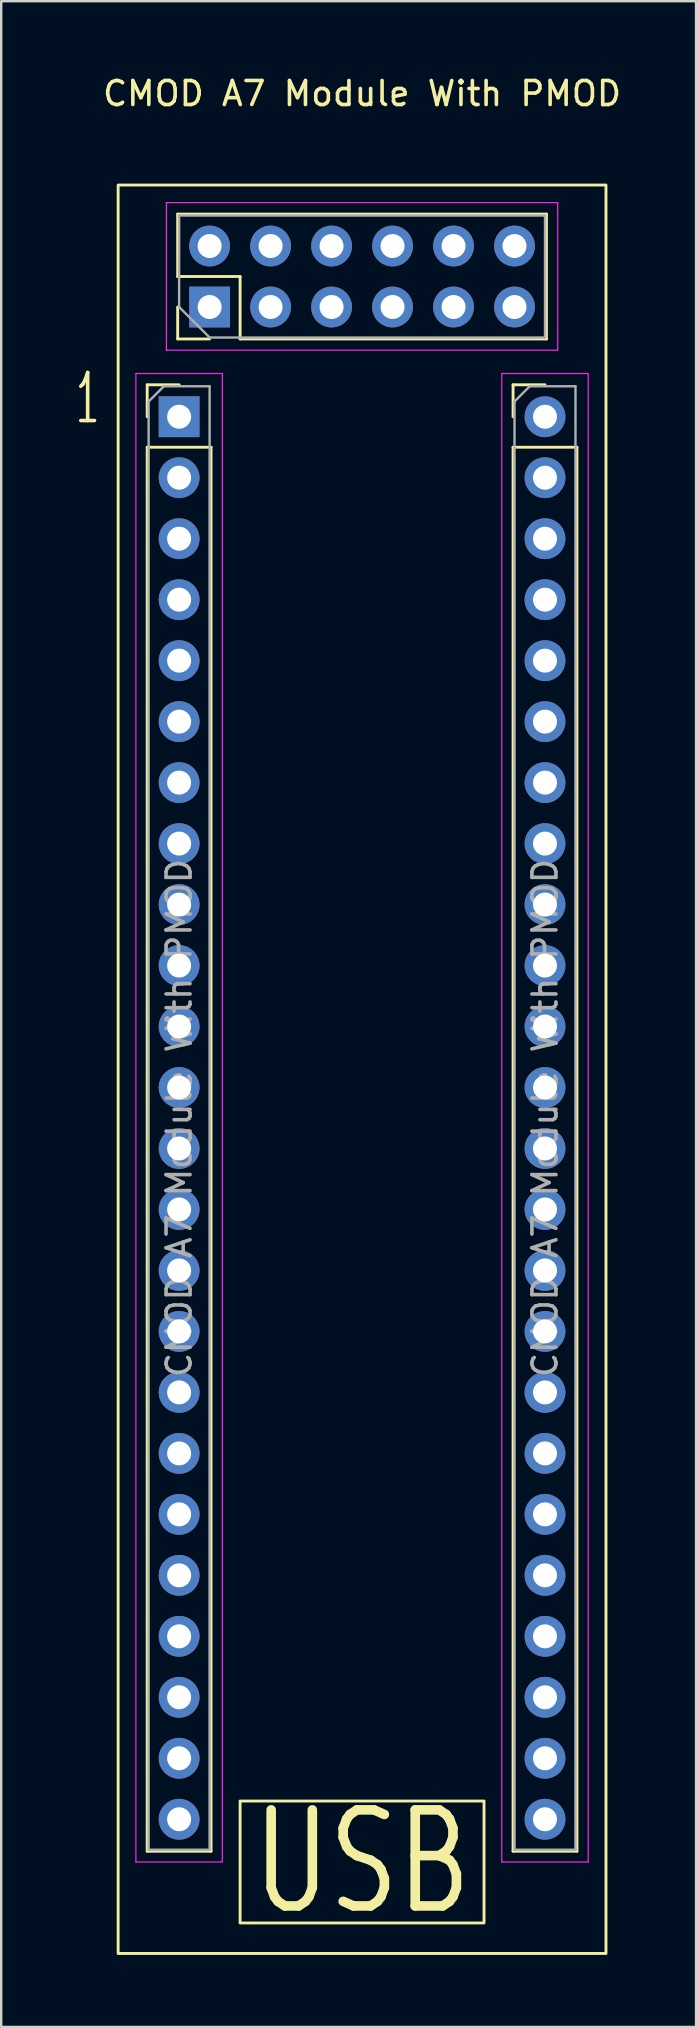
<source format=kicad_pcb>
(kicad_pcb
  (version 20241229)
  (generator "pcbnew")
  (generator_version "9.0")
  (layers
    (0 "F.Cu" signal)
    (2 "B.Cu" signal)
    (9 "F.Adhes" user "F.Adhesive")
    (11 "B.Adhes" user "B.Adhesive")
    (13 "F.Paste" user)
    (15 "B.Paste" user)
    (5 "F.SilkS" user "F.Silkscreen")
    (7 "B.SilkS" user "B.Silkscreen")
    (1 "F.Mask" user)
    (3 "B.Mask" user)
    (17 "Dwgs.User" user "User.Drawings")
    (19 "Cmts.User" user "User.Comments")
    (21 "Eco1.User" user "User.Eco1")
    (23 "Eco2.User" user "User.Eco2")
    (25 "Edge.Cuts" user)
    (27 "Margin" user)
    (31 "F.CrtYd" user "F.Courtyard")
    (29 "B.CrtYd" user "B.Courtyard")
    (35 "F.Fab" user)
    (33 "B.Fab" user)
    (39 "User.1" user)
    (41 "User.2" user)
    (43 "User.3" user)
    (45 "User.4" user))
  (footprint "CMOD A7 Module With PMOD"
    (layer "F.Cu")
    (at 4.411 13.548)
    (property "Reference" "CMOD A7 Module With PMOD" (at 7.62 -12.7 0) (unlocked yes) (layer "F.SilkS") (effects (font (size 1 1) (thickness 0.15))))
    (attr through_hole)
    (fp_line (start -1.33 -0.57) (end 0 -0.57) (stroke (width 0.12) (type solid)) (layer "F.SilkS"))
    (fp_line (start -1.33 0.76) (end -1.33 -0.57) (stroke (width 0.12) (type solid)) (layer "F.SilkS"))
    (fp_line (start -1.33 2.03) (end -1.33 60.51) (stroke (width 0.12) (type solid)) (layer "F.SilkS"))
    (fp_line (start -1.33 2.03) (end 1.33 2.03) (stroke (width 0.12) (type solid)) (layer "F.SilkS"))
    (fp_line (start -1.33 60.51) (end 1.33 60.51) (stroke (width 0.12) (type solid)) (layer "F.SilkS"))
    (fp_line (start -0.06 -7.68) (end 15.3 -7.68) (stroke (width 0.12) (type solid)) (layer "F.SilkS"))
    (fp_line (start -0.06 -5.08) (end -0.06 -7.68) (stroke (width 0.12) (type solid)) (layer "F.SilkS"))
    (fp_line (start -0.06 -2.48) (end -0.06 -3.81) (stroke (width 0.12) (type solid)) (layer "F.SilkS"))
    (fp_line (start 1.27 -2.48) (end -0.06 -2.48) (stroke (width 0.12) (type solid)) (layer "F.SilkS"))
    (fp_line (start 1.33 2.03) (end 1.33 60.51) (stroke (width 0.12) (type solid)) (layer "F.SilkS"))
    (fp_line (start 2.54 -5.08) (end -0.06 -5.08) (stroke (width 0.12) (type solid)) (layer "F.SilkS"))
    (fp_line (start 2.54 -2.48) (end 2.54 -5.08) (stroke (width 0.12) (type solid)) (layer "F.SilkS"))
    (fp_line (start 2.54 -2.48) (end 15.3 -2.48) (stroke (width 0.12) (type solid)) (layer "F.SilkS"))
    (fp_line (start 13.91 -0.57) (end 15.24 -0.57) (stroke (width 0.12) (type solid)) (layer "F.SilkS"))
    (fp_line (start 13.91 0.76) (end 13.91 -0.57) (stroke (width 0.12) (type solid)) (layer "F.SilkS"))
    (fp_line (start 13.91 2.03) (end 13.91 60.51) (stroke (width 0.12) (type solid)) (layer "F.SilkS"))
    (fp_line (start 13.91 2.03) (end 16.57 2.03) (stroke (width 0.12) (type solid)) (layer "F.SilkS"))
    (fp_line (start 13.91 60.51) (end 16.57 60.51) (stroke (width 0.12) (type solid)) (layer "F.SilkS"))
    (fp_line (start 15.3 -2.48) (end 15.3 -7.68) (stroke (width 0.12) (type solid)) (layer "F.SilkS"))
    (fp_line (start 16.57 2.03) (end 16.57 60.51) (stroke (width 0.12) (type solid)) (layer "F.SilkS"))
    (fp_rect (start -2.54 -8.89) (end 17.78 64.77) (stroke (width 0.12) (type solid)) (fill no) (layer "F.SilkS"))
    (fp_rect (start 2.54 58.42) (end 12.7 63.5) (stroke (width 0.12) (type solid)) (fill no) (layer "F.SilkS"))
    (fp_line (start -1.8 -1.04) (end -1.8 60.96) (stroke (width 0.05) (type solid)) (layer "F.CrtYd"))
    (fp_line (start -1.8 60.96) (end 1.8 60.96) (stroke (width 0.05) (type solid)) (layer "F.CrtYd"))
    (fp_line (start -0.53 -8.16) (end -0.53 -2.01) (stroke (width 0.05) (type solid)) (layer "F.CrtYd"))
    (fp_line (start -0.53 -2.01) (end 15.77 -2.01) (stroke (width 0.05) (type solid)) (layer "F.CrtYd"))
    (fp_line (start 1.8 -1.04) (end -1.8 -1.04) (stroke (width 0.05) (type solid)) (layer "F.CrtYd"))
    (fp_line (start 1.8 60.96) (end 1.8 -1.04) (stroke (width 0.05) (type solid)) (layer "F.CrtYd"))
    (fp_line (start 13.44 -1.04) (end 13.44 60.96) (stroke (width 0.05) (type solid)) (layer "F.CrtYd"))
    (fp_line (start 13.44 60.96) (end 17.04 60.96) (stroke (width 0.05) (type solid)) (layer "F.CrtYd"))
    (fp_line (start 15.77 -8.16) (end -0.53 -8.16) (stroke (width 0.05) (type solid)) (layer "F.CrtYd"))
    (fp_line (start 15.77 -2.01) (end 15.77 -8.16) (stroke (width 0.05) (type solid)) (layer "F.CrtYd"))
    (fp_line (start 17.04 -1.04) (end 13.44 -1.04) (stroke (width 0.05) (type solid)) (layer "F.CrtYd"))
    (fp_line (start 17.04 60.96) (end 17.04 -1.04) (stroke (width 0.05) (type solid)) (layer "F.CrtYd"))
    (fp_line (start -1.27 0.125) (end -0.635 -0.51) (stroke (width 0.1) (type solid)) (layer "F.Fab"))
    (fp_line (start -1.27 60.45) (end -1.27 0.125) (stroke (width 0.1) (type solid)) (layer "F.Fab"))
    (fp_line (start -0.635 -0.51) (end 1.27 -0.51) (stroke (width 0.1) (type solid)) (layer "F.Fab"))
    (fp_line (start 0 -7.62) (end 15.24 -7.62) (stroke (width 0.1) (type solid)) (layer "F.Fab"))
    (fp_line (start 0 -3.81) (end 0 -7.62) (stroke (width 0.1) (type solid)) (layer "F.Fab"))
    (fp_line (start 1.27 -2.54) (end 0 -3.81) (stroke (width 0.1) (type solid)) (layer "F.Fab"))
    (fp_line (start 1.27 -0.51) (end 1.27 60.45) (stroke (width 0.1) (type solid)) (layer "F.Fab"))
    (fp_line (start 1.27 60.45) (end -1.27 60.45) (stroke (width 0.1) (type solid)) (layer "F.Fab"))
    (fp_line (start 13.97 0.125) (end 14.605 -0.51) (stroke (width 0.1) (type solid)) (layer "F.Fab"))
    (fp_line (start 13.97 60.45) (end 13.97 0.125) (stroke (width 0.1) (type solid)) (layer "F.Fab"))
    (fp_line (start 14.605 -0.51) (end 16.51 -0.51) (stroke (width 0.1) (type solid)) (layer "F.Fab"))
    (fp_line (start 15.24 -7.62) (end 15.24 -2.54) (stroke (width 0.1) (type solid)) (layer "F.Fab"))
    (fp_line (start 15.24 -2.54) (end 1.27 -2.54) (stroke (width 0.1) (type solid)) (layer "F.Fab"))
    (fp_line (start 16.51 -0.51) (end 16.51 60.45) (stroke (width 0.1) (type solid)) (layer "F.Fab"))
    (fp_line (start 16.51 60.45) (end 13.97 60.45) (stroke (width 0.1) (type solid)) (layer "F.Fab"))
    (fp_text user "USB" (at 7.62 60.96 0) (unlocked yes) (layer "F.SilkS") (effects (font (size 4 3) (thickness 0.4))))
    (fp_text user "1" (at -3.81 0 0) (unlocked yes) (layer "F.SilkS") (effects (font (size 2 1) (thickness 0.15))))
    (fp_text user "${REFERENCE}" (at 15.24 29.97 90) (layer "F.Fab") (effects (font (size 1 1) (thickness 0.15))))
    (fp_text user "${REFERENCE}" (at 0 29.97 90) (layer "F.Fab") (effects (font (size 1 1) (thickness 0.15))))
    (pad "1" thru_hole rect (at 0 0.76) (size 1.7 1.7) (drill 1) (layers "*.Cu" "*.Mask"))
    (pad "2" thru_hole oval (at 0 3.3) (size 1.7 1.7) (drill 1) (layers "*.Cu" "*.Mask"))
    (pad "3" thru_hole oval (at 0 5.84) (size 1.7 1.7) (drill 1) (layers "*.Cu" "*.Mask"))
    (pad "4" thru_hole oval (at 0 8.38) (size 1.7 1.7) (drill 1) (layers "*.Cu" "*.Mask"))
    (pad "5" thru_hole oval (at 0 10.92) (size 1.7 1.7) (drill 1) (layers "*.Cu" "*.Mask"))
    (pad "6" thru_hole oval (at 0 13.46) (size 1.7 1.7) (drill 1) (layers "*.Cu" "*.Mask"))
    (pad "7" thru_hole oval (at 0 16) (size 1.7 1.7) (drill 1) (layers "*.Cu" "*.Mask"))
    (pad "8" thru_hole oval (at 0 18.54) (size 1.7 1.7) (drill 1) (layers "*.Cu" "*.Mask"))
    (pad "9" thru_hole oval (at 0 21.08) (size 1.7 1.7) (drill 1) (layers "*.Cu" "*.Mask"))
    (pad "10" thru_hole oval (at 0 23.62) (size 1.7 1.7) (drill 1) (layers "*.Cu" "*.Mask"))
    (pad "11" thru_hole oval (at 0 26.16) (size 1.7 1.7) (drill 1) (layers "*.Cu" "*.Mask"))
    (pad "12" thru_hole oval (at 0 28.7) (size 1.7 1.7) (drill 1) (layers "*.Cu" "*.Mask"))
    (pad "13" thru_hole oval (at 0 31.24) (size 1.7 1.7) (drill 1) (layers "*.Cu" "*.Mask"))
    (pad "14" thru_hole oval (at 0 33.78) (size 1.7 1.7) (drill 1) (layers "*.Cu" "*.Mask"))
    (pad "15" thru_hole oval (at 0 36.32) (size 1.7 1.7) (drill 1) (layers "*.Cu" "*.Mask"))
    (pad "16" thru_hole oval (at 0 38.86) (size 1.7 1.7) (drill 1) (layers "*.Cu" "*.Mask"))
    (pad "17" thru_hole oval (at 0 41.4) (size 1.7 1.7) (drill 1) (layers "*.Cu" "*.Mask"))
    (pad "18" thru_hole oval (at 0 43.94) (size 1.7 1.7) (drill 1) (layers "*.Cu" "*.Mask"))
    (pad "19" thru_hole oval (at 0 46.48) (size 1.7 1.7) (drill 1) (layers "*.Cu" "*.Mask"))
    (pad "20" thru_hole oval (at 0 49.02) (size 1.7 1.7) (drill 1) (layers "*.Cu" "*.Mask"))
    (pad "21" thru_hole oval (at 0 51.56) (size 1.7 1.7) (drill 1) (layers "*.Cu" "*.Mask"))
    (pad "22" thru_hole oval (at 0 54.1) (size 1.7 1.7) (drill 1) (layers "*.Cu" "*.Mask"))
    (pad "23" thru_hole oval (at 0 56.64) (size 1.7 1.7) (drill 1) (layers "*.Cu" "*.Mask"))
    (pad "24" thru_hole oval (at 0 59.18) (size 1.7 1.7) (drill 1) (layers "*.Cu" "*.Mask"))
    (pad "25" thru_hole oval (at 15.24 59.18) (size 1.7 1.7) (drill 1) (layers "*.Cu" "*.Mask"))
    (pad "26" thru_hole oval (at 15.24 56.64) (size 1.7 1.7) (drill 1) (layers "*.Cu" "*.Mask"))
    (pad "27" thru_hole oval (at 15.24 54.1) (size 1.7 1.7) (drill 1) (layers "*.Cu" "*.Mask"))
    (pad "28" thru_hole oval (at 15.24 51.56) (size 1.7 1.7) (drill 1) (layers "*.Cu" "*.Mask"))
    (pad "29" thru_hole oval (at 15.24 49.02) (size 1.7 1.7) (drill 1) (layers "*.Cu" "*.Mask"))
    (pad "30" thru_hole oval (at 15.24 46.48) (size 1.7 1.7) (drill 1) (layers "*.Cu" "*.Mask"))
    (pad "31" thru_hole oval (at 15.24 43.94) (size 1.7 1.7) (drill 1) (layers "*.Cu" "*.Mask"))
    (pad "32" thru_hole oval (at 15.24 41.4) (size 1.7 1.7) (drill 1) (layers "*.Cu" "*.Mask"))
    (pad "33" thru_hole oval (at 15.24 38.86) (size 1.7 1.7) (drill 1) (layers "*.Cu" "*.Mask"))
    (pad "34" thru_hole oval (at 15.24 36.32) (size 1.7 1.7) (drill 1) (layers "*.Cu" "*.Mask"))
    (pad "35" thru_hole oval (at 15.24 33.78) (size 1.7 1.7) (drill 1) (layers "*.Cu" "*.Mask"))
    (pad "36" thru_hole oval (at 15.24 31.24) (size 1.7 1.7) (drill 1) (layers "*.Cu" "*.Mask"))
    (pad "37" thru_hole oval (at 15.24 28.7) (size 1.7 1.7) (drill 1) (layers "*.Cu" "*.Mask"))
    (pad "38" thru_hole oval (at 15.24 26.16) (size 1.7 1.7) (drill 1) (layers "*.Cu" "*.Mask"))
    (pad "39" thru_hole oval (at 15.24 23.62) (size 1.7 1.7) (drill 1) (layers "*.Cu" "*.Mask"))
    (pad "40" thru_hole oval (at 15.24 21.08) (size 1.7 1.7) (drill 1) (layers "*.Cu" "*.Mask"))
    (pad "41" thru_hole oval (at 15.24 18.54) (size 1.7 1.7) (drill 1) (layers "*.Cu" "*.Mask"))
    (pad "42" thru_hole oval (at 15.24 16) (size 1.7 1.7) (drill 1) (layers "*.Cu" "*.Mask"))
    (pad "43" thru_hole oval (at 15.24 13.46) (size 1.7 1.7) (drill 1) (layers "*.Cu" "*.Mask"))
    (pad "44" thru_hole oval (at 15.24 10.92) (size 1.7 1.7) (drill 1) (layers "*.Cu" "*.Mask"))
    (pad "45" thru_hole oval (at 15.24 8.38) (size 1.7 1.7) (drill 1) (layers "*.Cu" "*.Mask"))
    (pad "46" thru_hole oval (at 15.24 5.84) (size 1.7 1.7) (drill 1) (layers "*.Cu" "*.Mask"))
    (pad "47" thru_hole oval (at 15.24 3.3) (size 1.7 1.7) (drill 1) (layers "*.Cu" "*.Mask"))
    (pad "48" thru_hole circle (at 15.24 0.76) (size 1.7 1.7) (drill 1) (layers "*.Cu" "*.Mask"))
    (pad "PM1" thru_hole oval (at 1.27 -6.35 90) (size 1.7 1.7) (drill 1) (layers "*.Cu" "*.Mask"))
    (pad "PM2" thru_hole oval (at 3.81 -6.35 90) (size 1.7 1.7) (drill 1) (layers "*.Cu" "*.Mask"))
    (pad "PM3" thru_hole oval (at 6.35 -6.35 90) (size 1.7 1.7) (drill 1) (layers "*.Cu" "*.Mask"))
    (pad "PM4" thru_hole oval (at 8.89 -6.35 90) (size 1.7 1.7) (drill 1) (layers "*.Cu" "*.Mask"))
    (pad "PM5" thru_hole rect (at 1.27 -3.81 90) (size 1.7 1.7) (drill 1) (layers "*.Cu" "*.Mask"))
    (pad "PM6" thru_hole oval (at 3.81 -3.81 90) (size 1.7 1.7) (drill 1) (layers "*.Cu" "*.Mask"))
    (pad "PM7" thru_hole oval (at 6.35 -3.81 90) (size 1.7 1.7) (drill 1) (layers "*.Cu" "*.Mask"))
    (pad "PM8" thru_hole oval (at 8.89 -3.81 90) (size 1.7 1.7) (drill 1) (layers "*.Cu" "*.Mask"))
    (pad "PMGND1" thru_hole oval (at 11.43 -6.35 90) (size 1.7 1.7) (drill 1) (layers "*.Cu" "*.Mask"))
    (pad "PMGND2" thru_hole oval (at 11.43 -3.81 90) (size 1.7 1.7) (drill 1) (layers "*.Cu" "*.Mask"))
    (pad "PMVCC1" thru_hole oval (at 13.97 -6.35 90) (size 1.7 1.7) (drill 1) (layers "*.Cu" "*.Mask"))
    (pad "PMVCC2" thru_hole oval (at 13.97 -3.81 90) (size 1.7 1.7) (drill 1) (layers "*.Cu" "*.Mask")))
  (gr_rect
    (start -3 -3)
    (end 25.942 81.378)
    (stroke (width 0.1) (type default))
    (fill no)
    (layer "Edge.Cuts")))
</source>
